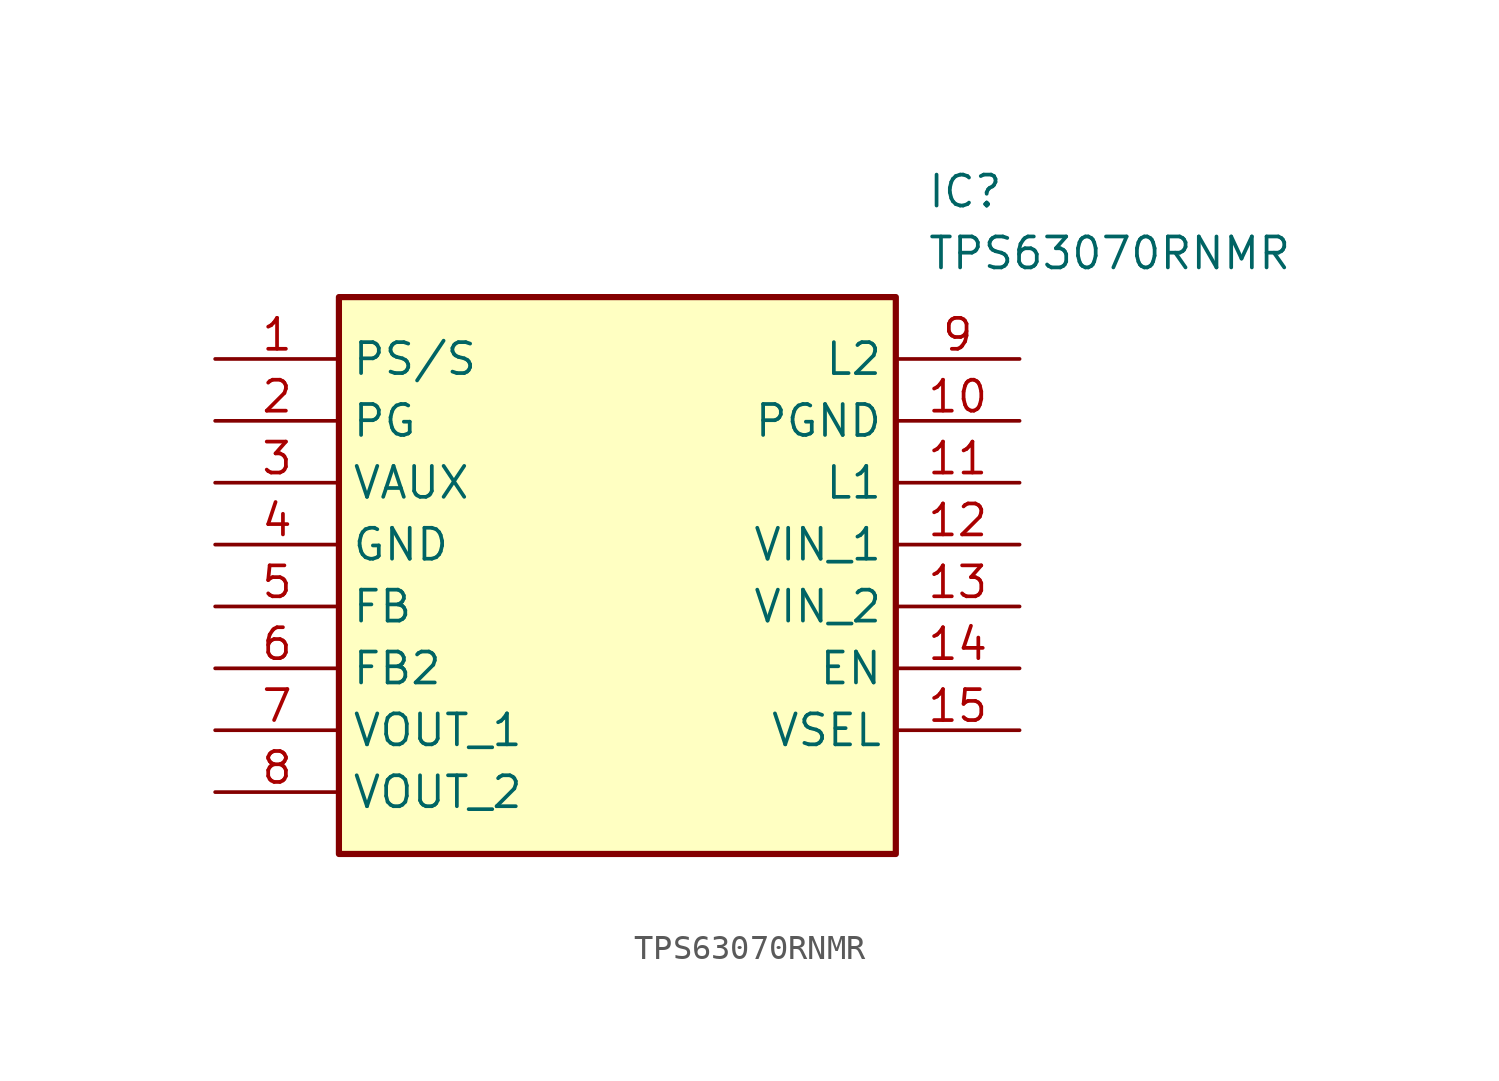
<source format=kicad_sym>
(kicad_symbol_lib
  (version 20220914)
  (generator kicad_symbol_editor)
  (symbol "TPS63070RNMR"
    (property "Reference" "IC"
      (at 29.21 7.62 0)
      (effects (font (size 1.27 1.27)) (justify left top)))
    (property "Value" "TPS63070RNMR"
      (at 29.21 5.08 0)
      (effects (font (size 1.27 1.27)) (justify left top)))
    (symbol "TPS63070RNMR_1_1"
      (rectangle (start 5.08 2.54) (end 27.94 -20.32) (stroke (width 0.254) (type default)) (fill (type background)))
      (pin passive line (at 0 0 0) (length 5.08) (name "PS/S" (effects (font (size 1.27 1.27)))) (number "1" (effects (font (size 1.27 1.27)))))
      (pin passive line (at 33.02 -2.54 180) (length 5.08) (name "PGND" (effects (font (size 1.27 1.27)))) (number "10" (effects (font (size 1.27 1.27)))))
      (pin passive line (at 33.02 -5.08 180) (length 5.08) (name "L1" (effects (font (size 1.27 1.27)))) (number "11" (effects (font (size 1.27 1.27)))))
      (pin passive line (at 33.02 -7.62 180) (length 5.08) (name "VIN_1" (effects (font (size 1.27 1.27)))) (number "12" (effects (font (size 1.27 1.27)))))
      (pin passive line (at 33.02 -10.16 180) (length 5.08) (name "VIN_2" (effects (font (size 1.27 1.27)))) (number "13" (effects (font (size 1.27 1.27)))))
      (pin passive line (at 33.02 -12.7 180) (length 5.08) (name "EN" (effects (font (size 1.27 1.27)))) (number "14" (effects (font (size 1.27 1.27)))))
      (pin passive line (at 33.02 -15.24 180) (length 5.08) (name "VSEL" (effects (font (size 1.27 1.27)))) (number "15" (effects (font (size 1.27 1.27)))))
      (pin passive line (at 0 -2.54 0) (length 5.08) (name "PG" (effects (font (size 1.27 1.27)))) (number "2" (effects (font (size 1.27 1.27)))))
      (pin passive line (at 0 -5.08 0) (length 5.08) (name "VAUX" (effects (font (size 1.27 1.27)))) (number "3" (effects (font (size 1.27 1.27)))))
      (pin passive line (at 0 -7.62 0) (length 5.08) (name "GND" (effects (font (size 1.27 1.27)))) (number "4" (effects (font (size 1.27 1.27)))))
      (pin passive line (at 0 -10.16 0) (length 5.08) (name "FB" (effects (font (size 1.27 1.27)))) (number "5" (effects (font (size 1.27 1.27)))))
      (pin passive line (at 0 -12.7 0) (length 5.08) (name "FB2" (effects (font (size 1.27 1.27)))) (number "6" (effects (font (size 1.27 1.27)))))
      (pin passive line (at 0 -15.24 0) (length 5.08) (name "VOUT_1" (effects (font (size 1.27 1.27)))) (number "7" (effects (font (size 1.27 1.27)))))
      (pin passive line (at 0 -17.78 0) (length 5.08) (name "VOUT_2" (effects (font (size 1.27 1.27)))) (number "8" (effects (font (size 1.27 1.27)))))
      (pin passive line (at 33.02 0 180) (length 5.08) (name "L2" (effects (font (size 1.27 1.27)))) (number "9" (effects (font (size 1.27 1.27))))))))
</source>
